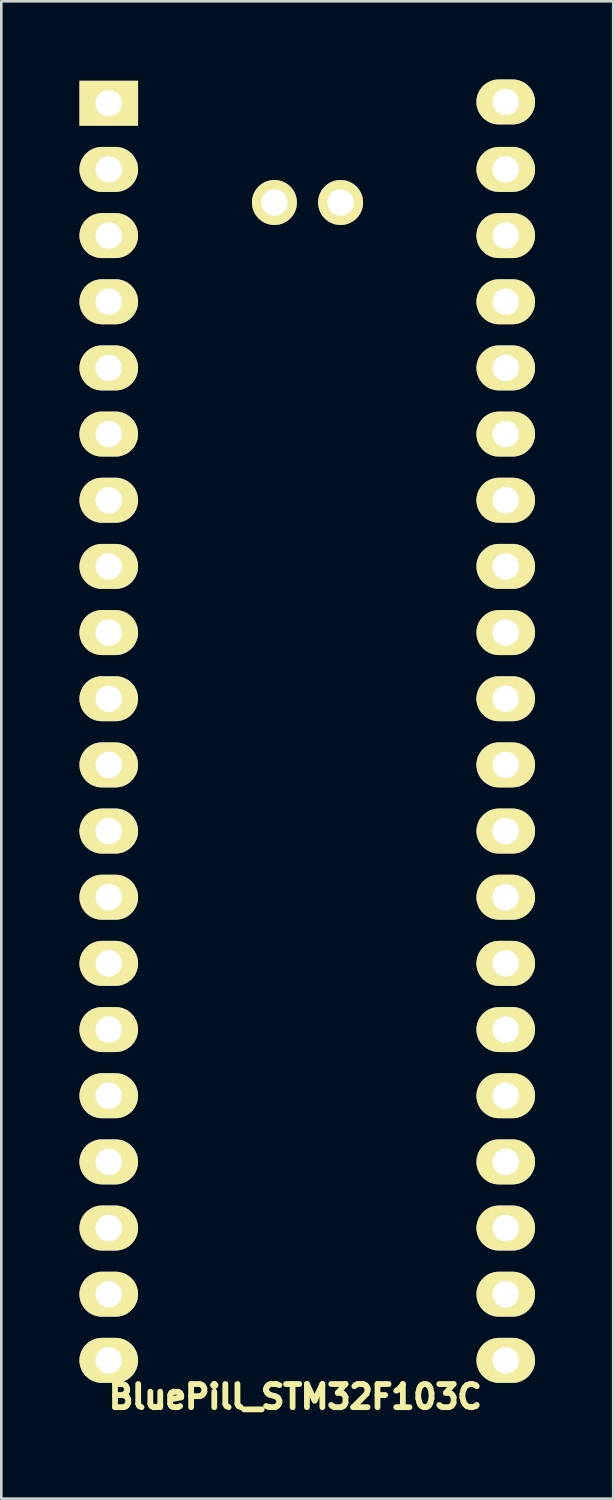
<source format=kicad_pcb>
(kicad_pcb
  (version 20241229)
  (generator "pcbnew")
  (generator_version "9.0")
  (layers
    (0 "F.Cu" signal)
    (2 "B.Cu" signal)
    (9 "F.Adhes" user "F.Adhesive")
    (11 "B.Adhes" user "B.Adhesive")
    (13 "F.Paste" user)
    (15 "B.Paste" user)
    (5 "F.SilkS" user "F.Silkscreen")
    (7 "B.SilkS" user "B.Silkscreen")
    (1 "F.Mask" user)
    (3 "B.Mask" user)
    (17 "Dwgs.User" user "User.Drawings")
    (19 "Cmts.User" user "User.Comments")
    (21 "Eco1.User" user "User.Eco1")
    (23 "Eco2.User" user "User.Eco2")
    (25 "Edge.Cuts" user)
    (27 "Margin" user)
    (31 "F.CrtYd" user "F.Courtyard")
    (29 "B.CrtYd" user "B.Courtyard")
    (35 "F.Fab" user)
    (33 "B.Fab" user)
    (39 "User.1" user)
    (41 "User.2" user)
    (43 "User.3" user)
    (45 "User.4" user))
  (footprint "BluePill_STM32F103C"
    (layer "F.Cu")
    (at 1.125 0.965)
    (property "Reference" "BluePill_STM32F103C" (at 7.163 49.606 180) (layer "F.SilkS") (effects (font (size 0.889 0.889) (thickness 0.305))))
    (attr through_hole)
    (pad "1" thru_hole rect (at 0 -0.051 270) (size 1.727 2.25) (drill 1.016) (layers "*.Cu" "*.Mask" "F.SilkS"))
    (pad "2" thru_hole oval (at 0 2.489 270) (size 1.727 2.25) (drill 1.016) (layers "*.Cu" "*.Mask" "F.SilkS"))
    (pad "3" thru_hole oval (at 0 5.029 270) (size 1.727 2.25) (drill 1.016) (layers "*.Cu" "*.Mask" "F.SilkS"))
    (pad "4" thru_hole oval (at 0 7.569 270) (size 1.727 2.25) (drill 1.016) (layers "*.Cu" "*.Mask" "F.SilkS"))
    (pad "5" thru_hole oval (at 0 10.109 270) (size 1.727 2.25) (drill 1.016) (layers "*.Cu" "*.Mask" "F.SilkS"))
    (pad "6" thru_hole oval (at 0 12.649 270) (size 1.727 2.25) (drill 1.016) (layers "*.Cu" "*.Mask" "F.SilkS"))
    (pad "7" thru_hole oval (at 0 15.189 270) (size 1.727 2.25) (drill 1.016) (layers "*.Cu" "*.Mask" "F.SilkS"))
    (pad "8" thru_hole oval (at 0 17.729 270) (size 1.727 2.25) (drill 1.016) (layers "*.Cu" "*.Mask" "F.SilkS"))
    (pad "9" thru_hole oval (at 0 20.269 270) (size 1.727 2.25) (drill 1.016) (layers "*.Cu" "*.Mask" "F.SilkS"))
    (pad "10" thru_hole oval (at 0 22.809 270) (size 1.727 2.25) (drill 1.016) (layers "*.Cu" "*.Mask" "F.SilkS"))
    (pad "11" thru_hole oval (at 0 25.349 270) (size 1.727 2.25) (drill 1.016) (layers "*.Cu" "*.Mask" "F.SilkS"))
    (pad "12" thru_hole oval (at 0 27.889 270) (size 1.727 2.25) (drill 1.016) (layers "*.Cu" "*.Mask" "F.SilkS"))
    (pad "13" thru_hole oval (at 0 30.429 270) (size 1.727 2.25) (drill 1.016) (layers "*.Cu" "*.Mask" "F.SilkS"))
    (pad "14" thru_hole oval (at 0 32.969 270) (size 1.727 2.25) (drill 1.016) (layers "*.Cu" "*.Mask" "F.SilkS"))
    (pad "15" thru_hole oval (at 0 35.509 270) (size 1.727 2.25) (drill 1.016) (layers "*.Cu" "*.Mask" "F.SilkS"))
    (pad "16" thru_hole oval (at 0 38.049 270) (size 1.727 2.25) (drill 1.016) (layers "*.Cu" "*.Mask" "F.SilkS"))
    (pad "17" thru_hole oval (at 0 40.589 270) (size 1.727 2.25) (drill 1.016) (layers "*.Cu" "*.Mask" "F.SilkS"))
    (pad "18" thru_hole oval (at 0 43.129 270) (size 1.727 2.25) (drill 1.016) (layers "*.Cu" "*.Mask" "F.SilkS"))
    (pad "19" thru_hole oval (at 0 45.669 270) (size 1.727 2.25) (drill 1.016) (layers "*.Cu" "*.Mask" "F.SilkS"))
    (pad "20" thru_hole oval (at 0 48.209 270) (size 1.727 2.25) (drill 1.016) (layers "*.Cu" "*.Mask" "F.SilkS"))
    (pad "21" thru_hole oval (at 15.24 48.209 90) (size 1.727 2.25) (drill 1.016) (layers "*.Cu" "*.Mask" "F.SilkS"))
    (pad "22" thru_hole oval (at 15.24 45.669 90) (size 1.727 2.25) (drill 1.016) (layers "*.Cu" "*.Mask" "F.SilkS"))
    (pad "23" thru_hole oval (at 15.24 43.129 90) (size 1.727 2.25) (drill 1.016) (layers "*.Cu" "*.Mask" "F.SilkS"))
    (pad "24" thru_hole oval (at 15.24 40.589 90) (size 1.727 2.25) (drill 1.016) (layers "*.Cu" "*.Mask" "F.SilkS"))
    (pad "25" thru_hole oval (at 15.24 38.049 90) (size 1.727 2.25) (drill 1.016) (layers "*.Cu" "*.Mask" "F.SilkS"))
    (pad "26" thru_hole oval (at 15.24 35.509 90) (size 1.727 2.25) (drill 1.016) (layers "*.Cu" "*.Mask" "F.SilkS"))
    (pad "27" thru_hole oval (at 15.24 32.969 90) (size 1.727 2.25) (drill 1.016) (layers "*.Cu" "*.Mask" "F.SilkS"))
    (pad "28" thru_hole oval (at 15.24 30.429 90) (size 1.727 2.25) (drill 1.016) (layers "*.Cu" "*.Mask" "F.SilkS"))
    (pad "29" thru_hole oval (at 15.24 27.889 90) (size 1.727 2.25) (drill 1.016) (layers "*.Cu" "*.Mask" "F.SilkS"))
    (pad "30" thru_hole oval (at 15.24 25.349 90) (size 1.727 2.25) (drill 1.016) (layers "*.Cu" "*.Mask" "F.SilkS"))
    (pad "31" thru_hole oval (at 15.24 22.809 90) (size 1.727 2.25) (drill 1.016) (layers "*.Cu" "*.Mask" "F.SilkS"))
    (pad "32" thru_hole oval (at 15.24 20.269 90) (size 1.727 2.25) (drill 1.016) (layers "*.Cu" "*.Mask" "F.SilkS"))
    (pad "33" thru_hole oval (at 15.24 17.729 90) (size 1.727 2.25) (drill 1.016) (layers "*.Cu" "*.Mask" "F.SilkS"))
    (pad "34" thru_hole oval (at 15.24 15.189 90) (size 1.727 2.25) (drill 1.016) (layers "*.Cu" "*.Mask" "F.SilkS"))
    (pad "35" thru_hole oval (at 15.24 12.649 90) (size 1.727 2.25) (drill 1.016) (layers "*.Cu" "*.Mask" "F.SilkS"))
    (pad "36" thru_hole oval (at 15.24 10.109 90) (size 1.727 2.25) (drill 1.016) (layers "*.Cu" "*.Mask" "F.SilkS"))
    (pad "37" thru_hole oval (at 15.24 7.569 90) (size 1.727 2.25) (drill 1.016) (layers "*.Cu" "*.Mask" "F.SilkS"))
    (pad "38" thru_hole oval (at 15.24 5.029 90) (size 1.727 2.25) (drill 1.016) (layers "*.Cu" "*.Mask" "F.SilkS"))
    (pad "39" thru_hole oval (at 15.24 2.489 90) (size 1.727 2.25) (drill 1.016) (layers "*.Cu" "*.Mask" "F.SilkS"))
    (pad "40" thru_hole oval (at 15.24 -0.102 90) (size 1.727 2.25) (drill 1.016) (layers "*.Cu" "*.Mask" "F.SilkS"))
    (pad "41" thru_hole oval (at 8.9 3.759 90) (size 1.727 1.727) (drill 1.016) (layers "*.Cu" "*.Mask" "F.SilkS"))
    (pad "42" thru_hole oval (at 6.36 3.759 90) (size 1.727 1.727) (drill 1.016) (layers "*.Cu" "*.Mask" "F.SilkS")))
  (gr_rect
    (start -3 -3)
    (end 20.49 54.482)
    (stroke (width 0.1) (type default))
    (fill no)
    (layer "Edge.Cuts")))
</source>
